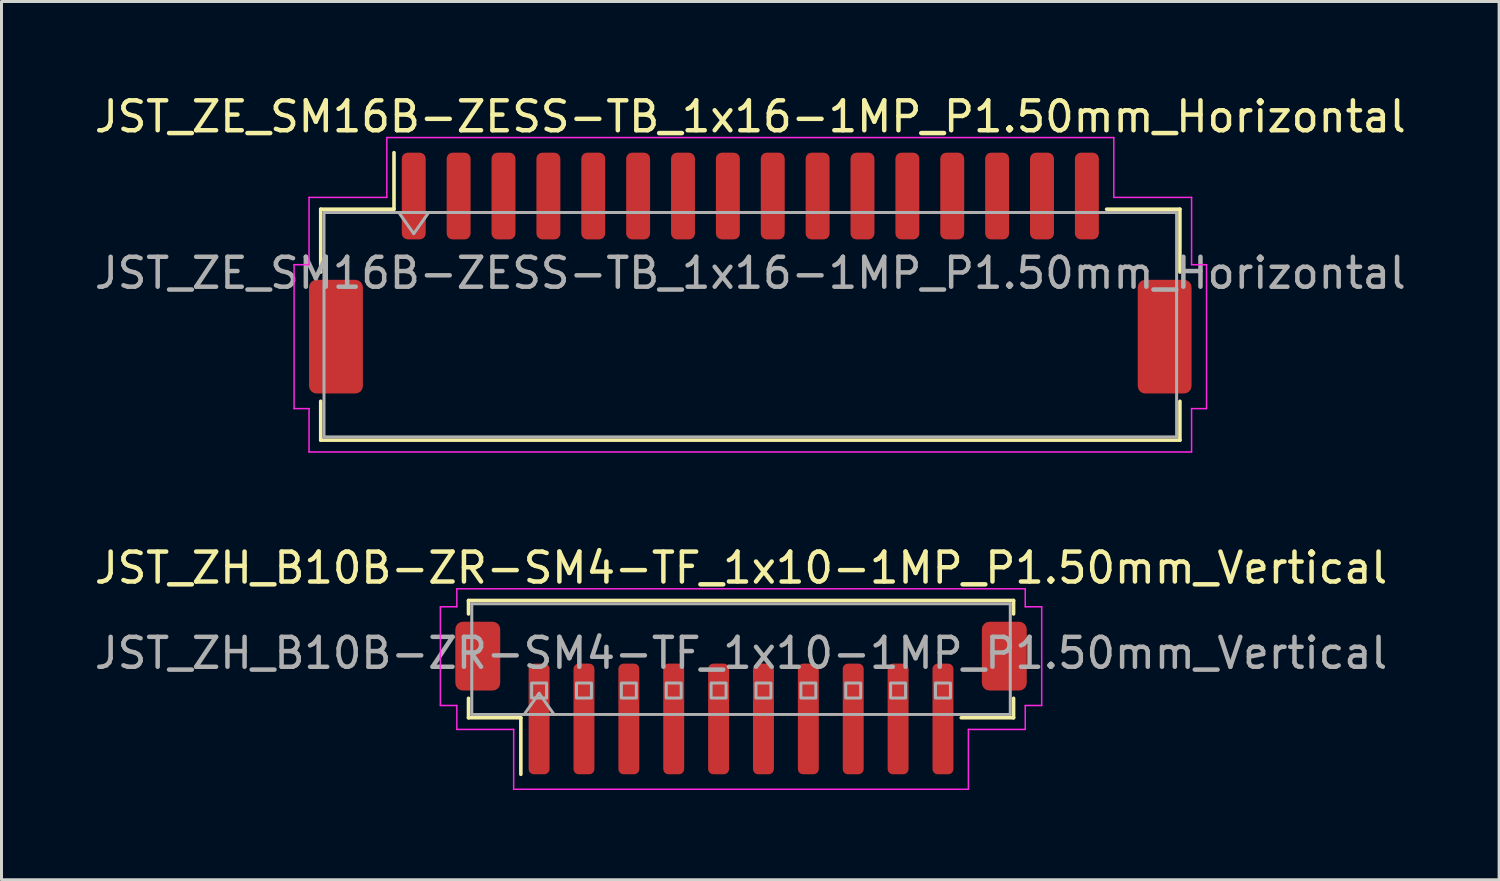
<source format=kicad_pcb>
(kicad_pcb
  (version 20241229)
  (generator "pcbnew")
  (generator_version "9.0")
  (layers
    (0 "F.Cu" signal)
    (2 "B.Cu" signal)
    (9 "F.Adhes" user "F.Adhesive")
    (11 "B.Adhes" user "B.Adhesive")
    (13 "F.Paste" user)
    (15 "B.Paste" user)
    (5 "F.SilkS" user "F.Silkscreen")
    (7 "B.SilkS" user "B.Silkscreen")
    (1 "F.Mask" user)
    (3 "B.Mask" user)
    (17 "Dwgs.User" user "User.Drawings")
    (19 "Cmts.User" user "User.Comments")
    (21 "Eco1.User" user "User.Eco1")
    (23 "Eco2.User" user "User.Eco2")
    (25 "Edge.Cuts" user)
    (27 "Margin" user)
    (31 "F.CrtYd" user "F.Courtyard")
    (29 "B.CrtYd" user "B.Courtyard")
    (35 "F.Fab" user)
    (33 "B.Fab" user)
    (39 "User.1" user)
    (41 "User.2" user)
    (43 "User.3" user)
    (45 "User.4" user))
  (footprint "JST_ZH_B10B-ZR-SM4-TF_1x10-1MP_P1.50mm_Vertical"
    (layer "F.Cu")
    (at 21.72 20.282)
    (property "Reference" "JST_ZH_B10B-ZR-SM4-TF_1x10-1MP_P1.50mm_Vertical" (at 0 -4.35 0) (layer "F.SilkS") (effects (font (size 1 1) (thickness 0.15))))
    (attr smd)
    (fp_line (start -9.11 -3.26) (end 9.11 -3.26) (stroke (width 0.12) (type solid)) (layer "F.SilkS"))
    (fp_line (start -9.11 -2.81) (end -9.11 -3.26) (stroke (width 0.12) (type solid)) (layer "F.SilkS"))
    (fp_line (start -9.11 0.01) (end -9.11 0.66) (stroke (width 0.12) (type solid)) (layer "F.SilkS"))
    (fp_line (start -9.11 0.66) (end -7.36 0.66) (stroke (width 0.12) (type solid)) (layer "F.SilkS"))
    (fp_line (start -7.36 0.66) (end -7.36 2.55) (stroke (width 0.12) (type solid)) (layer "F.SilkS"))
    (fp_line (start 9.11 -3.26) (end 9.11 -2.81) (stroke (width 0.12) (type solid)) (layer "F.SilkS"))
    (fp_line (start 9.11 0.01) (end 9.11 0.66) (stroke (width 0.12) (type solid)) (layer "F.SilkS"))
    (fp_line (start 9.11 0.66) (end 7.36 0.66) (stroke (width 0.12) (type solid)) (layer "F.SilkS"))
    (fp_line (start -10.05 -3.05) (end -9.5 -3.05) (stroke (width 0.05) (type solid)) (layer "F.CrtYd"))
    (fp_line (start -10.05 0.25) (end -10.05 -3.05) (stroke (width 0.05) (type solid)) (layer "F.CrtYd"))
    (fp_line (start -9.5 -3.65) (end 9.5 -3.65) (stroke (width 0.05) (type solid)) (layer "F.CrtYd"))
    (fp_line (start -9.5 -3.05) (end -9.5 -3.65) (stroke (width 0.05) (type solid)) (layer "F.CrtYd"))
    (fp_line (start -9.5 0.25) (end -10.05 0.25) (stroke (width 0.05) (type solid)) (layer "F.CrtYd"))
    (fp_line (start -9.5 1.05) (end -9.5 0.25) (stroke (width 0.05) (type solid)) (layer "F.CrtYd"))
    (fp_line (start -7.6 1.05) (end -9.5 1.05) (stroke (width 0.05) (type solid)) (layer "F.CrtYd"))
    (fp_line (start -7.6 3.05) (end -7.6 1.05) (stroke (width 0.05) (type solid)) (layer "F.CrtYd"))
    (fp_line (start 7.6 1.05) (end 7.6 3.05) (stroke (width 0.05) (type solid)) (layer "F.CrtYd"))
    (fp_line (start 7.6 3.05) (end -7.6 3.05) (stroke (width 0.05) (type solid)) (layer "F.CrtYd"))
    (fp_line (start 9.5 -3.65) (end 9.5 -3.05) (stroke (width 0.05) (type solid)) (layer "F.CrtYd"))
    (fp_line (start 9.5 -3.05) (end 10.05 -3.05) (stroke (width 0.05) (type solid)) (layer "F.CrtYd"))
    (fp_line (start 9.5 0.25) (end 9.5 1.05) (stroke (width 0.05) (type solid)) (layer "F.CrtYd"))
    (fp_line (start 9.5 1.05) (end 7.6 1.05) (stroke (width 0.05) (type solid)) (layer "F.CrtYd"))
    (fp_line (start 10.05 -3.05) (end 10.05 0.25) (stroke (width 0.05) (type solid)) (layer "F.CrtYd"))
    (fp_line (start 10.05 0.25) (end 9.5 0.25) (stroke (width 0.05) (type solid)) (layer "F.CrtYd"))
    (fp_line (start -9 -3.15) (end 9 -3.15) (stroke (width 0.1) (type solid)) (layer "F.Fab"))
    (fp_line (start -9 0.55) (end -9 -3.15) (stroke (width 0.1) (type solid)) (layer "F.Fab"))
    (fp_line (start -9 0.55) (end 9 0.55) (stroke (width 0.1) (type solid)) (layer "F.Fab"))
    (fp_line (start -7.25 0.55) (end -6.75 -0.157) (stroke (width 0.1) (type solid)) (layer "F.Fab"))
    (fp_line (start -6.75 -0.157) (end -6.25 0.55) (stroke (width 0.1) (type solid)) (layer "F.Fab"))
    (fp_line (start 9 0.55) (end 9 -3.15) (stroke (width 0.1) (type solid)) (layer "F.Fab"))
    (fp_rect (start -7 -0.5) (end -6.5 0) (stroke (width 0.1) (type solid)) (fill no) (layer "F.Fab"))
    (fp_rect (start -5.5 -0.5) (end -5 0) (stroke (width 0.1) (type solid)) (fill no) (layer "F.Fab"))
    (fp_rect (start -4 -0.5) (end -3.5 0) (stroke (width 0.1) (type solid)) (fill no) (layer "F.Fab"))
    (fp_rect (start -2.5 -0.5) (end -2 0) (stroke (width 0.1) (type solid)) (fill no) (layer "F.Fab"))
    (fp_rect (start -1 -0.5) (end -0.5 0) (stroke (width 0.1) (type solid)) (fill no) (layer "F.Fab"))
    (fp_rect (start 0.5 -0.5) (end 1 0) (stroke (width 0.1) (type solid)) (fill no) (layer "F.Fab"))
    (fp_rect (start 2 -0.5) (end 2.5 0) (stroke (width 0.1) (type solid)) (fill no) (layer "F.Fab"))
    (fp_rect (start 3.5 -0.5) (end 4 0) (stroke (width 0.1) (type solid)) (fill no) (layer "F.Fab"))
    (fp_rect (start 5 -0.5) (end 5.5 0) (stroke (width 0.1) (type solid)) (fill no) (layer "F.Fab"))
    (fp_rect (start 6.5 -0.5) (end 7 0) (stroke (width 0.1) (type solid)) (fill no) (layer "F.Fab"))
    (fp_text user "${REFERENCE}" (at 0 -1.5 0) (layer "F.Fab") (effects (font (size 1 1) (thickness 0.15))))
    (pad "1" smd roundrect (at -6.75 0.7) (size 0.7 3.7) (layers "F.Cu" "F.Mask" "F.Paste") (roundrect_rratio 0.25))
    (pad "2" smd roundrect (at -5.25 0.7) (size 0.7 3.7) (layers "F.Cu" "F.Mask" "F.Paste") (roundrect_rratio 0.25))
    (pad "3" smd roundrect (at -3.75 0.7) (size 0.7 3.7) (layers "F.Cu" "F.Mask" "F.Paste") (roundrect_rratio 0.25))
    (pad "4" smd roundrect (at -2.25 0.7) (size 0.7 3.7) (layers "F.Cu" "F.Mask" "F.Paste") (roundrect_rratio 0.25))
    (pad "5" smd roundrect (at -0.75 0.7) (size 0.7 3.7) (layers "F.Cu" "F.Mask" "F.Paste") (roundrect_rratio 0.25))
    (pad "6" smd roundrect (at 0.75 0.7) (size 0.7 3.7) (layers "F.Cu" "F.Mask" "F.Paste") (roundrect_rratio 0.25))
    (pad "7" smd roundrect (at 2.25 0.7) (size 0.7 3.7) (layers "F.Cu" "F.Mask" "F.Paste") (roundrect_rratio 0.25))
    (pad "8" smd roundrect (at 3.75 0.7) (size 0.7 3.7) (layers "F.Cu" "F.Mask" "F.Paste") (roundrect_rratio 0.25))
    (pad "9" smd roundrect (at 5.25 0.7) (size 0.7 3.7) (layers "F.Cu" "F.Mask" "F.Paste") (roundrect_rratio 0.25))
    (pad "10" smd roundrect (at 6.75 0.7) (size 0.7 3.7) (layers "F.Cu" "F.Mask" "F.Paste") (roundrect_rratio 0.25))
    (pad "MP" smd roundrect (at -8.8 -1.4) (size 1.5 2.3) (layers "F.Cu" "F.Mask" "F.Paste") (roundrect_rratio 0.167))
    (pad "MP" smd roundrect (at 8.8 -1.4) (size 1.5 2.3) (layers "F.Cu" "F.Mask" "F.Paste") (roundrect_rratio 0.167)))
  (footprint "JST_ZE_SM16B-ZESS-TB_1x16-1MP_P1.50mm_Horizontal"
    (layer "F.Cu")
    (at 22.03 6.078)
    (property "Reference" "JST_ZE_SM16B-ZESS-TB_1x16-1MP_P1.50mm_Horizontal" (at 0 -5.23 0) (layer "F.SilkS") (effects (font (size 1 1) (thickness 0.15))))
    (attr smd)
    (fp_line (start -14.36 -2.135) (end -11.91 -2.135) (stroke (width 0.12) (type solid)) (layer "F.SilkS"))
    (fp_line (start -14.36 -0.035) (end -14.36 -2.135) (stroke (width 0.12) (type solid)) (layer "F.SilkS"))
    (fp_line (start -14.36 4.285) (end -14.36 5.585) (stroke (width 0.12) (type solid)) (layer "F.SilkS"))
    (fp_line (start -14.36 5.585) (end 14.36 5.585) (stroke (width 0.12) (type solid)) (layer "F.SilkS"))
    (fp_line (start -11.91 -2.135) (end -11.91 -4.025) (stroke (width 0.12) (type solid)) (layer "F.SilkS"))
    (fp_line (start 14.36 -2.135) (end 11.91 -2.135) (stroke (width 0.12) (type solid)) (layer "F.SilkS"))
    (fp_line (start 14.36 -0.035) (end 14.36 -2.135) (stroke (width 0.12) (type solid)) (layer "F.SilkS"))
    (fp_line (start 14.36 5.585) (end 14.36 4.285) (stroke (width 0.12) (type solid)) (layer "F.SilkS"))
    (fp_line (start -15.25 -0.28) (end -14.75 -0.28) (stroke (width 0.05) (type solid)) (layer "F.CrtYd"))
    (fp_line (start -15.25 4.53) (end -15.25 -0.28) (stroke (width 0.05) (type solid)) (layer "F.CrtYd"))
    (fp_line (start -14.75 -2.53) (end -12.15 -2.53) (stroke (width 0.05) (type solid)) (layer "F.CrtYd"))
    (fp_line (start -14.75 -0.28) (end -14.75 -2.53) (stroke (width 0.05) (type solid)) (layer "F.CrtYd"))
    (fp_line (start -14.75 4.53) (end -15.25 4.53) (stroke (width 0.05) (type solid)) (layer "F.CrtYd"))
    (fp_line (start -14.75 5.98) (end -14.75 4.53) (stroke (width 0.05) (type solid)) (layer "F.CrtYd"))
    (fp_line (start -12.15 -4.53) (end 12.15 -4.53) (stroke (width 0.05) (type solid)) (layer "F.CrtYd"))
    (fp_line (start -12.15 -2.53) (end -12.15 -4.53) (stroke (width 0.05) (type solid)) (layer "F.CrtYd"))
    (fp_line (start 12.15 -4.53) (end 12.15 -2.53) (stroke (width 0.05) (type solid)) (layer "F.CrtYd"))
    (fp_line (start 12.15 -2.53) (end 14.75 -2.53) (stroke (width 0.05) (type solid)) (layer "F.CrtYd"))
    (fp_line (start 14.75 -2.53) (end 14.75 -0.28) (stroke (width 0.05) (type solid)) (layer "F.CrtYd"))
    (fp_line (start 14.75 -0.28) (end 15.25 -0.28) (stroke (width 0.05) (type solid)) (layer "F.CrtYd"))
    (fp_line (start 14.75 4.53) (end 14.75 5.98) (stroke (width 0.05) (type solid)) (layer "F.CrtYd"))
    (fp_line (start 14.75 5.98) (end -14.75 5.98) (stroke (width 0.05) (type solid)) (layer "F.CrtYd"))
    (fp_line (start 15.25 -0.28) (end 15.25 4.53) (stroke (width 0.05) (type solid)) (layer "F.CrtYd"))
    (fp_line (start 15.25 4.53) (end 14.75 4.53) (stroke (width 0.05) (type solid)) (layer "F.CrtYd"))
    (fp_line (start -14.25 -2.025) (end -14.25 5.475) (stroke (width 0.1) (type solid)) (layer "F.Fab"))
    (fp_line (start -14.25 -2.025) (end 14.25 -2.025) (stroke (width 0.1) (type solid)) (layer "F.Fab"))
    (fp_line (start -14.25 5.475) (end 14.25 5.475) (stroke (width 0.1) (type solid)) (layer "F.Fab"))
    (fp_line (start -11.75 -2.025) (end -11.25 -1.318) (stroke (width 0.1) (type solid)) (layer "F.Fab"))
    (fp_line (start -11.25 -1.318) (end -10.75 -2.025) (stroke (width 0.1) (type solid)) (layer "F.Fab"))
    (fp_line (start 14.25 -2.025) (end 14.25 5.475) (stroke (width 0.1) (type solid)) (layer "F.Fab"))
    (fp_text user "${REFERENCE}" (at 0 0 0) (layer "F.Fab") (effects (font (size 1 1) (thickness 0.15))))
    (pad "1" smd roundrect (at -11.25 -2.575) (size 0.8 2.9) (layers "F.Cu" "F.Mask" "F.Paste") (roundrect_rratio 0.25))
    (pad "2" smd roundrect (at -9.75 -2.575) (size 0.8 2.9) (layers "F.Cu" "F.Mask" "F.Paste") (roundrect_rratio 0.25))
    (pad "3" smd roundrect (at -8.25 -2.575) (size 0.8 2.9) (layers "F.Cu" "F.Mask" "F.Paste") (roundrect_rratio 0.25))
    (pad "4" smd roundrect (at -6.75 -2.575) (size 0.8 2.9) (layers "F.Cu" "F.Mask" "F.Paste") (roundrect_rratio 0.25))
    (pad "5" smd roundrect (at -5.25 -2.575) (size 0.8 2.9) (layers "F.Cu" "F.Mask" "F.Paste") (roundrect_rratio 0.25))
    (pad "6" smd roundrect (at -3.75 -2.575) (size 0.8 2.9) (layers "F.Cu" "F.Mask" "F.Paste") (roundrect_rratio 0.25))
    (pad "7" smd roundrect (at -2.25 -2.575) (size 0.8 2.9) (layers "F.Cu" "F.Mask" "F.Paste") (roundrect_rratio 0.25))
    (pad "8" smd roundrect (at -0.75 -2.575) (size 0.8 2.9) (layers "F.Cu" "F.Mask" "F.Paste") (roundrect_rratio 0.25))
    (pad "9" smd roundrect (at 0.75 -2.575) (size 0.8 2.9) (layers "F.Cu" "F.Mask" "F.Paste") (roundrect_rratio 0.25))
    (pad "10" smd roundrect (at 2.25 -2.575) (size 0.8 2.9) (layers "F.Cu" "F.Mask" "F.Paste") (roundrect_rratio 0.25))
    (pad "11" smd roundrect (at 3.75 -2.575) (size 0.8 2.9) (layers "F.Cu" "F.Mask" "F.Paste") (roundrect_rratio 0.25))
    (pad "12" smd roundrect (at 5.25 -2.575) (size 0.8 2.9) (layers "F.Cu" "F.Mask" "F.Paste") (roundrect_rratio 0.25))
    (pad "13" smd roundrect (at 6.75 -2.575) (size 0.8 2.9) (layers "F.Cu" "F.Mask" "F.Paste") (roundrect_rratio 0.25))
    (pad "14" smd roundrect (at 8.25 -2.575) (size 0.8 2.9) (layers "F.Cu" "F.Mask" "F.Paste") (roundrect_rratio 0.25))
    (pad "15" smd roundrect (at 9.75 -2.575) (size 0.8 2.9) (layers "F.Cu" "F.Mask" "F.Paste") (roundrect_rratio 0.25))
    (pad "16" smd roundrect (at 11.25 -2.575) (size 0.8 2.9) (layers "F.Cu" "F.Mask" "F.Paste") (roundrect_rratio 0.25))
    (pad "MP" smd roundrect (at -13.85 2.125) (size 1.8 3.8) (layers "F.Cu" "F.Mask" "F.Paste") (roundrect_rratio 0.139))
    (pad "MP" smd roundrect (at 13.85 2.125) (size 1.8 3.8) (layers "F.Cu" "F.Mask" "F.Paste") (roundrect_rratio 0.139)))
  (gr_rect
    (start -3 -3)
    (end 47.06 26.357)
    (stroke (width 0.1) (type default))
    (fill no)
    (layer "Edge.Cuts")))
</source>
